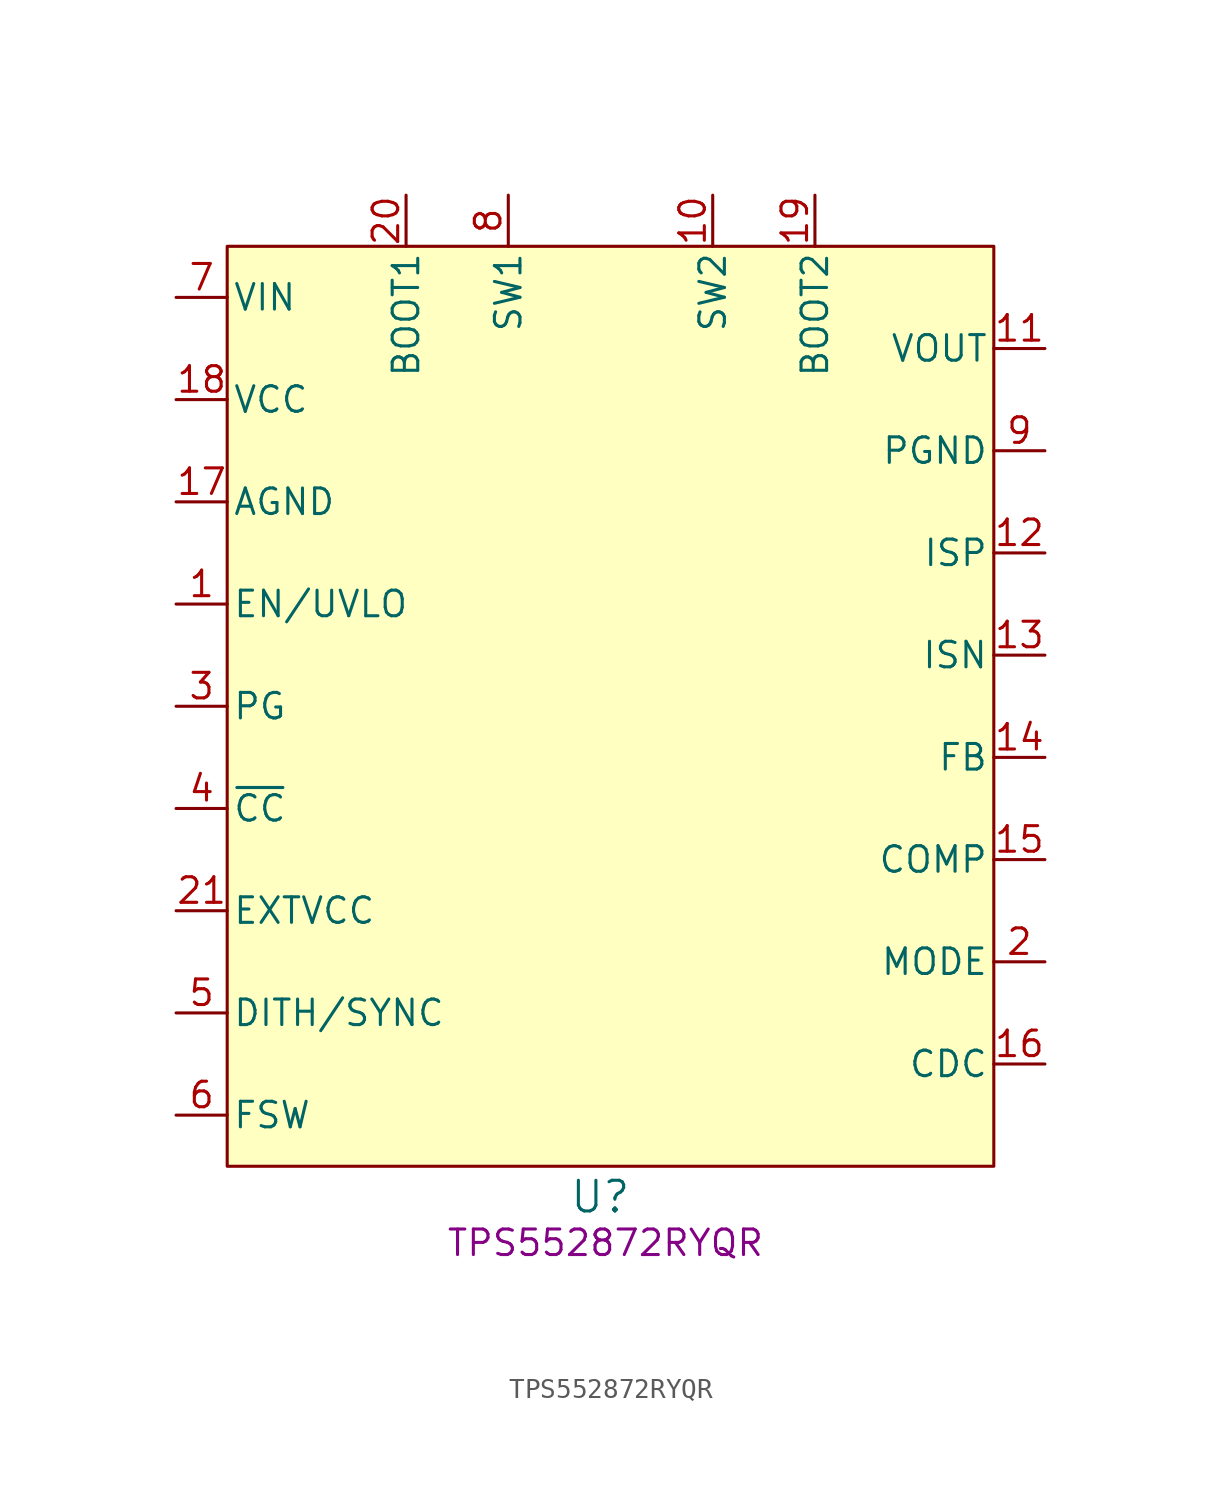
<source format=kicad_sym>
(kicad_symbol_lib
  (version 20231120)
  (generator "kicad_symbol_editor")
  (generator_version "8.0")
  (symbol "TPS552872RYQR"
    (pin_names
      (offset 0.254))
    (property "Reference" "U"
      (at 21.082 -44.704 0)
      (effects (font (size 1.524 1.524))))
    (property "MPN" "TPS552872RYQR"
      (at 21.336 -46.99 0)
      (effects (font (size 1.27 1.27))))
    (symbol "TPS552872RYQR_0_1"
      (rectangle (start 2.54 2.54) (end 40.64 -43.18) (stroke (width 0) (type default)) (fill (type background))))
    (symbol "TPS552872RYQR_1_1"
      (pin passive line (at 0 -15.24 0) (length 2.54) (name "EN/UVLO" (effects (font (size 1.27 1.27)))) (number "1" (effects (font (size 1.27 1.27)))))
      (pin passive line (at 26.67 5.08 270) (length 2.54) (name "SW2" (effects (font (size 1.27 1.27)))) (number "10" (effects (font (size 1.27 1.27)))))
      (pin passive line (at 43.18 -2.54 180) (length 2.54) (name "VOUT" (effects (font (size 1.27 1.27)))) (number "11" (effects (font (size 1.27 1.27)))))
      (pin passive line (at 43.18 -12.7 180) (length 2.54) (name "ISP" (effects (font (size 1.27 1.27)))) (number "12" (effects (font (size 1.27 1.27)))))
      (pin passive line (at 43.18 -17.78 180) (length 2.54) (name "ISN" (effects (font (size 1.27 1.27)))) (number "13" (effects (font (size 1.27 1.27)))))
      (pin passive line (at 43.18 -22.86 180) (length 2.54) (name "FB" (effects (font (size 1.27 1.27)))) (number "14" (effects (font (size 1.27 1.27)))))
      (pin passive line (at 43.18 -27.94 180) (length 2.54) (name "COMP" (effects (font (size 1.27 1.27)))) (number "15" (effects (font (size 1.27 1.27)))))
      (pin passive line (at 43.18 -38.1 180) (length 2.54) (name "CDC" (effects (font (size 1.27 1.27)))) (number "16" (effects (font (size 1.27 1.27)))))
      (pin passive line (at 0 -10.16 0) (length 2.54) (name "AGND" (effects (font (size 1.27 1.27)))) (number "17" (effects (font (size 1.27 1.27)))))
      (pin passive line (at 0 -5.08 0) (length 2.54) (name "VCC" (effects (font (size 1.27 1.27)))) (number "18" (effects (font (size 1.27 1.27)))))
      (pin passive line (at 31.75 5.08 270) (length 2.54) (name "BOOT2" (effects (font (size 1.27 1.27)))) (number "19" (effects (font (size 1.27 1.27)))))
      (pin passive line (at 43.18 -33.02 180) (length 2.54) (name "MODE" (effects (font (size 1.27 1.27)))) (number "2" (effects (font (size 1.27 1.27)))))
      (pin passive line (at 11.43 5.08 270) (length 2.54) (name "BOOT1" (effects (font (size 1.27 1.27)))) (number "20" (effects (font (size 1.27 1.27)))))
      (pin passive line (at 0 -30.48 0) (length 2.54) (name "EXTVCC" (effects (font (size 1.27 1.27)))) (number "21" (effects (font (size 1.27 1.27)))))
      (pin passive line (at 0 -20.32 0) (length 2.54) (name "PG" (effects (font (size 1.27 1.27)))) (number "3" (effects (font (size 1.27 1.27)))))
      (pin passive line (at 0 -25.4 0) (length 2.54) (name "~{CC}" (effects (font (size 1.27 1.27)))) (number "4" (effects (font (size 1.27 1.27)))))
      (pin passive line (at 0 -35.56 0) (length 2.54) (name "DITH/SYNC" (effects (font (size 1.27 1.27)))) (number "5" (effects (font (size 1.27 1.27)))))
      (pin passive line (at 0 -40.64 0) (length 2.54) (name "FSW" (effects (font (size 1.27 1.27)))) (number "6" (effects (font (size 1.27 1.27)))))
      (pin passive line (at 0 0 0) (length 2.54) (name "VIN" (effects (font (size 1.27 1.27)))) (number "7" (effects (font (size 1.27 1.27)))))
      (pin passive line (at 16.51 5.08 270) (length 2.54) (name "SW1" (effects (font (size 1.27 1.27)))) (number "8" (effects (font (size 1.27 1.27)))))
      (pin passive line (at 43.18 -7.62 180) (length 2.54) (name "PGND" (effects (font (size 1.27 1.27)))) (number "9" (effects (font (size 1.27 1.27))))))))
</source>
